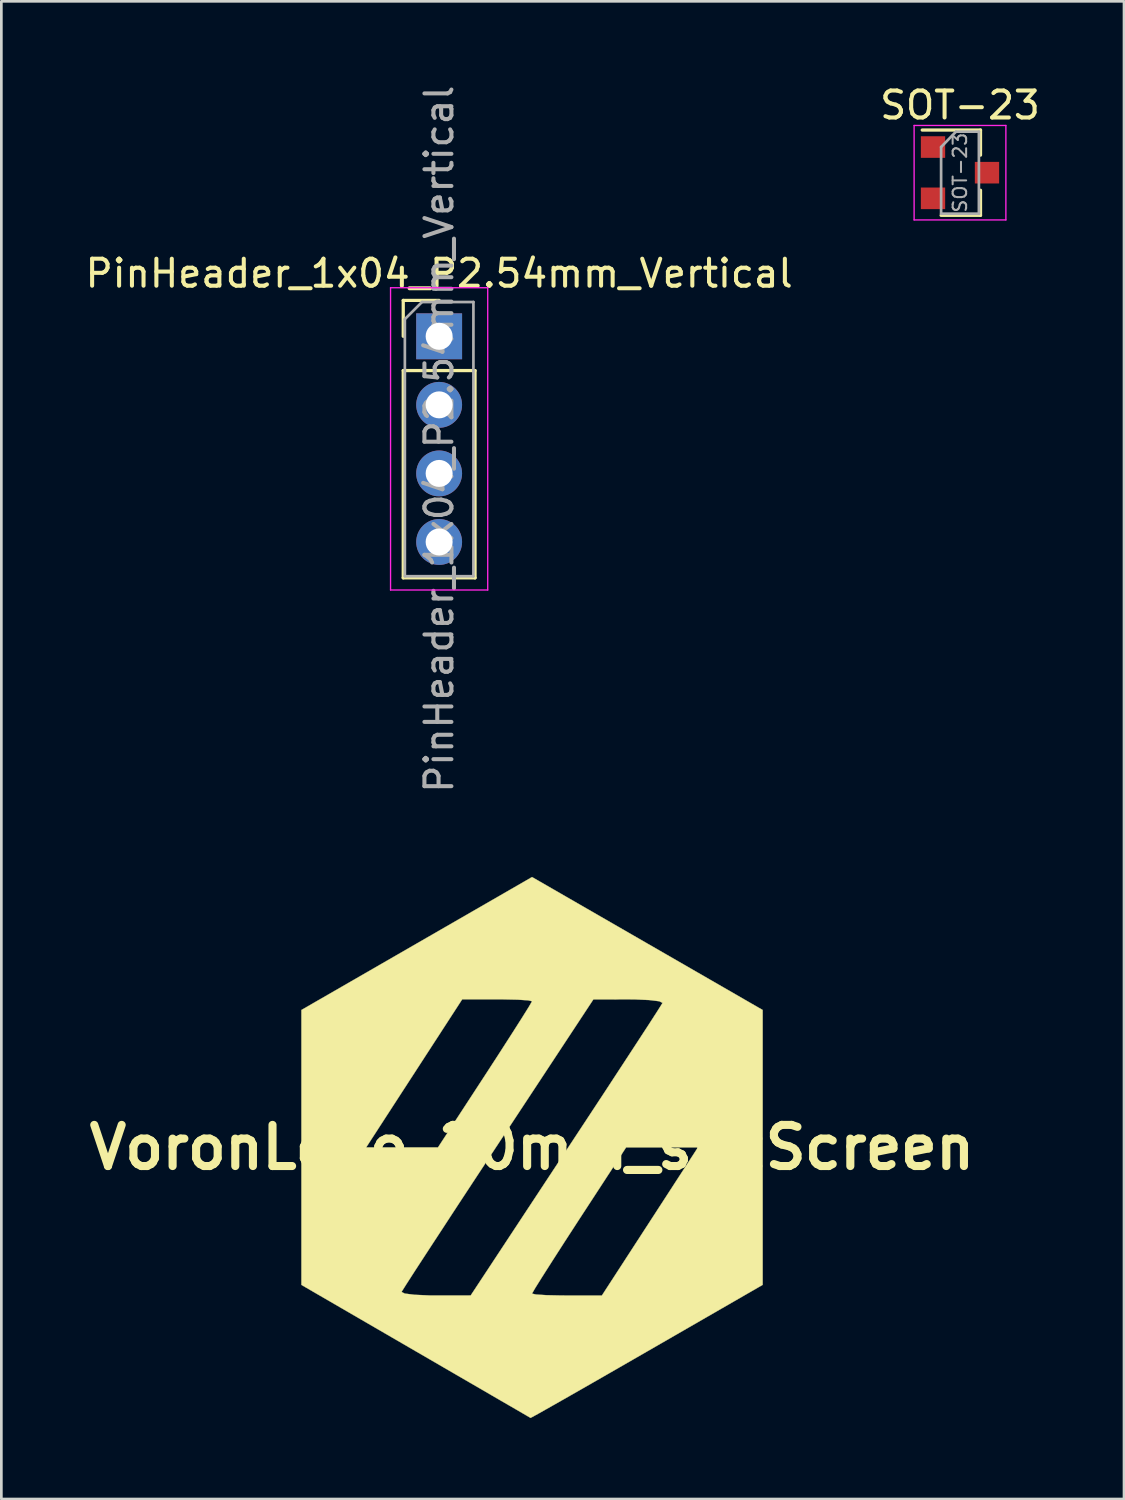
<source format=kicad_pcb>
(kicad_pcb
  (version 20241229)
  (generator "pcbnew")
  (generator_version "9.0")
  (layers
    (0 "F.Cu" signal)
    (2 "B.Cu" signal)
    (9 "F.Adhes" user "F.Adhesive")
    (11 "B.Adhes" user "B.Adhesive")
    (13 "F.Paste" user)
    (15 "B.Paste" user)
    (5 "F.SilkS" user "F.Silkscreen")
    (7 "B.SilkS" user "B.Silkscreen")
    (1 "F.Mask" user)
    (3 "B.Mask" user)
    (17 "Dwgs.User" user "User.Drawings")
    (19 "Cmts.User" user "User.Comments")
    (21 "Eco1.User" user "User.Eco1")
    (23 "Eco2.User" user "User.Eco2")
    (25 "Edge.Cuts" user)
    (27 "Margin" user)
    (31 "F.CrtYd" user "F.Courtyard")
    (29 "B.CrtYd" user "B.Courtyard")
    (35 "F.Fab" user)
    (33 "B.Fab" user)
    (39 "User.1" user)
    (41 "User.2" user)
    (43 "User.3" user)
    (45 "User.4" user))
  (footprint "PinHeader_1x04_P2.54mm_Vertical"
    (layer "F.Cu")
    (at 13.22 9.41)
    (property "Reference" "PinHeader_1x04_P2.54mm_Vertical" (at 0 -2.33 0) (layer "F.SilkS") (effects (font (size 1 1) (thickness 0.15))))
    (attr through_hole)
    (fp_line (start -1.33 -1.33) (end 0 -1.33) (stroke (width 0.12) (type solid)) (layer "F.SilkS"))
    (fp_line (start -1.33 0) (end -1.33 -1.33) (stroke (width 0.12) (type solid)) (layer "F.SilkS"))
    (fp_line (start -1.33 1.27) (end -1.33 8.95) (stroke (width 0.12) (type solid)) (layer "F.SilkS"))
    (fp_line (start -1.33 1.27) (end 1.33 1.27) (stroke (width 0.12) (type solid)) (layer "F.SilkS"))
    (fp_line (start -1.33 8.95) (end 1.33 8.95) (stroke (width 0.12) (type solid)) (layer "F.SilkS"))
    (fp_line (start 1.33 1.27) (end 1.33 8.95) (stroke (width 0.12) (type solid)) (layer "F.SilkS"))
    (fp_line (start -1.8 -1.8) (end -1.8 9.4) (stroke (width 0.05) (type solid)) (layer "F.CrtYd"))
    (fp_line (start -1.8 9.4) (end 1.8 9.4) (stroke (width 0.05) (type solid)) (layer "F.CrtYd"))
    (fp_line (start 1.8 -1.8) (end -1.8 -1.8) (stroke (width 0.05) (type solid)) (layer "F.CrtYd"))
    (fp_line (start 1.8 9.4) (end 1.8 -1.8) (stroke (width 0.05) (type solid)) (layer "F.CrtYd"))
    (fp_line (start -1.27 -0.635) (end -0.635 -1.27) (stroke (width 0.1) (type solid)) (layer "F.Fab"))
    (fp_line (start -1.27 8.89) (end -1.27 -0.635) (stroke (width 0.1) (type solid)) (layer "F.Fab"))
    (fp_line (start -0.635 -1.27) (end 1.27 -1.27) (stroke (width 0.1) (type solid)) (layer "F.Fab"))
    (fp_line (start 1.27 -1.27) (end 1.27 8.89) (stroke (width 0.1) (type solid)) (layer "F.Fab"))
    (fp_line (start 1.27 8.89) (end -1.27 8.89) (stroke (width 0.1) (type solid)) (layer "F.Fab"))
    (fp_text user "${REFERENCE}" (at 0 3.81 90) (layer "F.Fab") (effects (font (size 1 1) (thickness 0.15))))
    (pad "1" thru_hole rect (at 0 0) (size 1.7 1.7) (drill 1) (layers "*.Cu" "*.Mask"))
    (pad "2" thru_hole oval (at 0 2.54) (size 1.7 1.7) (drill 1) (layers "*.Cu" "*.Mask"))
    (pad "3" thru_hole oval (at 0 5.08) (size 1.7 1.7) (drill 1) (layers "*.Cu" "*.Mask"))
    (pad "4" thru_hole oval (at 0 7.62) (size 1.7 1.7) (drill 1) (layers "*.Cu" "*.Mask")))
  (footprint "VoronLogo_20mm_silkScreen"
    (layer "F.Cu")
    (at 16.662 39.462)
    (property "Reference" "VoronLogo_20mm_silkScreen" (at 0 0 0) (layer "F.SilkS") (effects (font (size 1.524 1.524) (thickness 0.3))))
    (attr through_hole)
    (fp_poly (pts (xy 8.545 -5.092) (xy 8.545 5.092) (xy 4.257 7.563) (xy 3.208 8.167) (xy 2.25 8.717) (xy 1.416 9.194) (xy 0.739 9.579) (xy 0.251 9.855) (xy -0.015 10.001) (xy -0.055 10.021) (xy -0.191 9.942) (xy -0.565 9.724) (xy -1.146 9.388) (xy -1.899 8.95) (xy -2.793 8.432) (xy -3.794 7.85) (xy -4.312 7.55) (xy -8.094 5.355) (xy -4.834 5.355) (xy -4.715 5.415) (xy -4.35 5.46) (xy -3.81 5.484) (xy -3.58 5.486) (xy -2.273 5.484) (xy -2.229 5.417) (xy 0 5.417) (xy 0.145 5.449) (xy 0.53 5.474) (xy 1.082 5.486) (xy 1.294 5.487) (xy 2.587 5.487) (xy 4.077 3.191) (xy 4.586 2.406) (xy 5.055 1.683) (xy 5.45 1.074) (xy 5.735 0.634) (xy 5.856 0.448) (xy 6.146 0) (xy 3.485 0) (xy 1.742 2.673) (xy 1.216 3.484) (xy 0.754 4.203) (xy 0.381 4.789) (xy 0.122 5.203) (xy 0.005 5.405) (xy 0 5.417) (xy -2.229 5.417) (xy 1.254 0.131) (xy 2.019 -1.03) (xy 2.729 -2.11) (xy 3.365 -3.083) (xy 3.911 -3.918) (xy 4.347 -4.588) (xy 4.654 -5.065) (xy 4.815 -5.321) (xy 4.834 -5.355) (xy 4.715 -5.415) (xy 4.35 -5.46) (xy 3.81 -5.484) (xy 3.58 -5.486) (xy 2.273 -5.484) (xy -1.254 -0.131) (xy -2.019 1.03) (xy -2.729 2.11) (xy -3.365 3.083) (xy -3.911 3.918) (xy -4.347 4.588) (xy -4.654 5.065) (xy -4.815 5.321) (xy -4.834 5.355) (xy -8.094 5.355) (xy -8.545 5.093) (xy -8.545 0) (xy -6.146 0) (xy -3.485 0) (xy -1.742 -2.673) (xy -1.216 -3.484) (xy -0.754 -4.203) (xy -0.381 -4.789) (xy -0.122 -5.203) (xy -0.005 -5.405) (xy 0 -5.417) (xy -0.145 -5.449) (xy -0.53 -5.474) (xy -1.082 -5.486) (xy -1.294 -5.487) (xy -2.587 -5.487) (xy -4.077 -3.191) (xy -4.586 -2.406) (xy -5.055 -1.683) (xy -5.45 -1.074) (xy -5.735 -0.634) (xy -5.856 -0.448) (xy -6.146 0) (xy -8.545 0) (xy -8.545 -5.092) (xy -4.273 -7.554) (xy 0 -10.017) (xy 8.545 -5.092)) (stroke (width 0.01) (type solid)) (fill yes) (layer "F.SilkS")))
  (footprint "SOT-23"
    (layer "F.Cu")
    (at 32.518 3.348)
    (property "Reference" "SOT-23" (at 0 -2.5 0) (layer "F.SilkS") (effects (font (size 1 1) (thickness 0.15))))
    (attr smd)
    (fp_line (start 0.76 -1.58) (end -1.4 -1.58) (stroke (width 0.12) (type solid)) (layer "F.SilkS"))
    (fp_line (start 0.76 -1.58) (end 0.76 -0.65) (stroke (width 0.12) (type solid)) (layer "F.SilkS"))
    (fp_line (start 0.76 1.58) (end -0.7 1.58) (stroke (width 0.12) (type solid)) (layer "F.SilkS"))
    (fp_line (start 0.76 1.58) (end 0.76 0.65) (stroke (width 0.12) (type solid)) (layer "F.SilkS"))
    (fp_line (start -1.7 -1.75) (end 1.7 -1.75) (stroke (width 0.05) (type solid)) (layer "F.CrtYd"))
    (fp_line (start -1.7 1.75) (end -1.7 -1.75) (stroke (width 0.05) (type solid)) (layer "F.CrtYd"))
    (fp_line (start 1.7 -1.75) (end 1.7 1.75) (stroke (width 0.05) (type solid)) (layer "F.CrtYd"))
    (fp_line (start 1.7 1.75) (end -1.7 1.75) (stroke (width 0.05) (type solid)) (layer "F.CrtYd"))
    (fp_line (start -0.7 -0.95) (end -0.7 1.5) (stroke (width 0.1) (type solid)) (layer "F.Fab"))
    (fp_line (start -0.7 -0.95) (end -0.15 -1.52) (stroke (width 0.1) (type solid)) (layer "F.Fab"))
    (fp_line (start -0.7 1.52) (end 0.7 1.52) (stroke (width 0.1) (type solid)) (layer "F.Fab"))
    (fp_line (start -0.15 -1.52) (end 0.7 -1.52) (stroke (width 0.1) (type solid)) (layer "F.Fab"))
    (fp_line (start 0.7 -1.52) (end 0.7 1.52) (stroke (width 0.1) (type solid)) (layer "F.Fab"))
    (fp_text user "${REFERENCE}" (at 0 0 90) (layer "F.Fab") (effects (font (size 0.5 0.5) (thickness 0.075))))
    (pad "1" smd rect (at -1 -0.95) (size 0.9 0.8) (layers "F.Cu" "F.Mask" "F.Paste"))
    (pad "2" smd rect (at -1 0.95) (size 0.9 0.8) (layers "F.Cu" "F.Mask" "F.Paste"))
    (pad "3" smd rect (at 1 0) (size 0.9 0.8) (layers "F.Cu" "F.Mask" "F.Paste")))
  (gr_rect
    (start -3 -3)
    (end 38.595 52.488)
    (stroke (width 0.1) (type default))
    (fill no)
    (layer "Edge.Cuts")))
</source>
